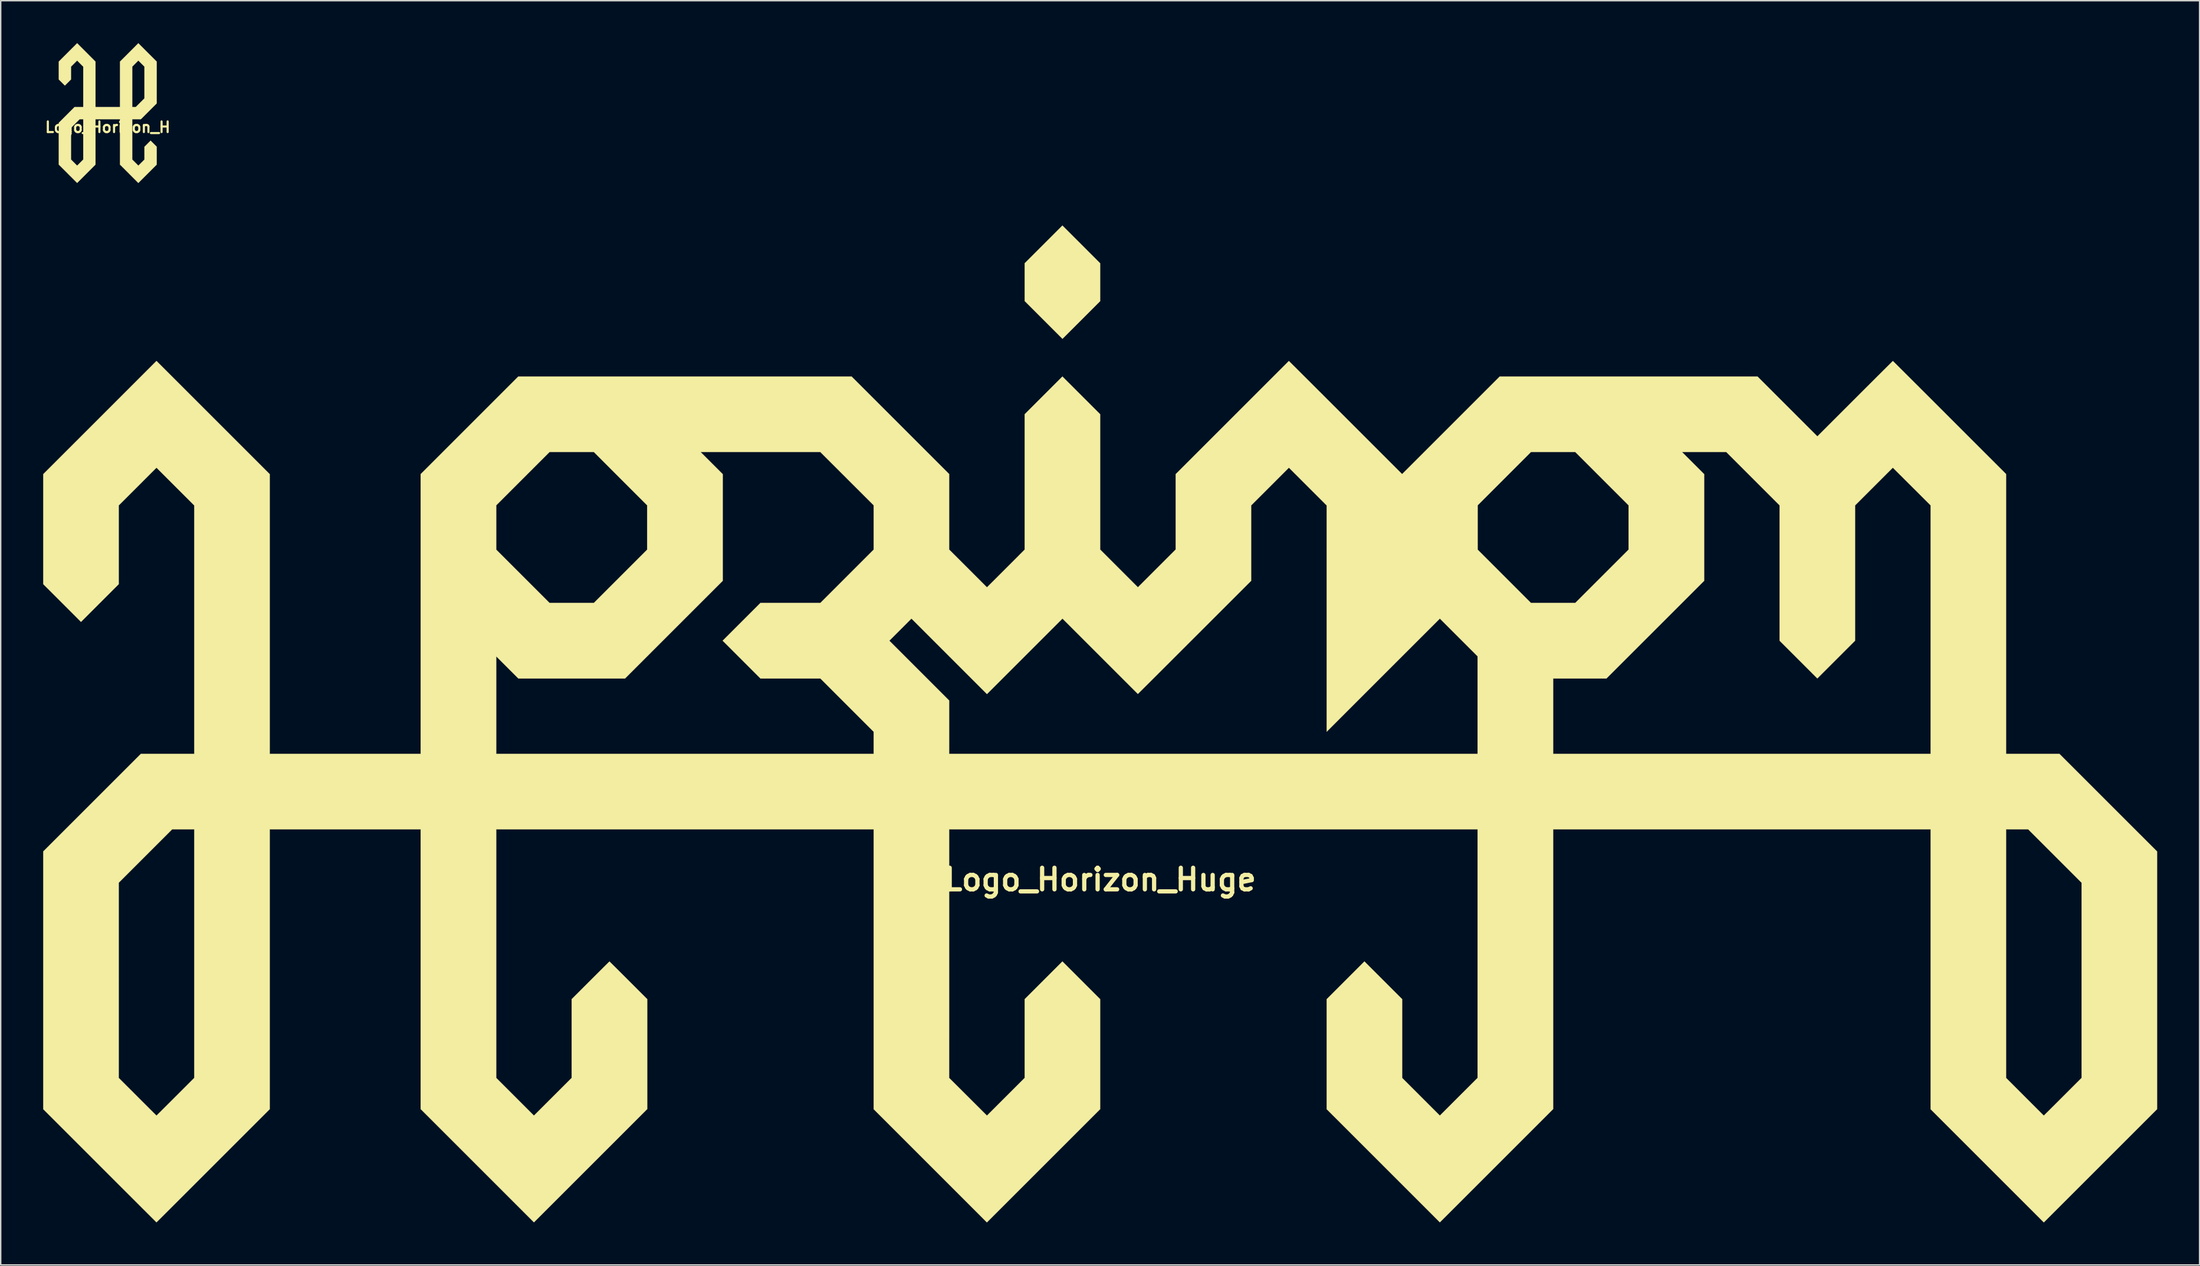
<source format=kicad_pcb>
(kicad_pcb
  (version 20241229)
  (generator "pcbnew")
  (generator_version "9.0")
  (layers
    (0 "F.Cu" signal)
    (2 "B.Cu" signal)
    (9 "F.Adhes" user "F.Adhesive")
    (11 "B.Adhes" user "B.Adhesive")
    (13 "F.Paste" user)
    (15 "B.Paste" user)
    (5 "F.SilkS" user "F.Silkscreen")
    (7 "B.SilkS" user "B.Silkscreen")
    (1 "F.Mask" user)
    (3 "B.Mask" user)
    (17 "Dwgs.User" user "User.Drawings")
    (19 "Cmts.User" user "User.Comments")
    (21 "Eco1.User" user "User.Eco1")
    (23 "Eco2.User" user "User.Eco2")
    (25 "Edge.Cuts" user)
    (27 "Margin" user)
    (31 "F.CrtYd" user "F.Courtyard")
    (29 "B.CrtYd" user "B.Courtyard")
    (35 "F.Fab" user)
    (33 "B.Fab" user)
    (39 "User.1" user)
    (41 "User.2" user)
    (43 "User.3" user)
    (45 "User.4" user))
  (footprint "Logo_Horizon_Huge"
    (layer "F.Cu")
    (at 74.673 48.105)
    (property "Reference" "Logo_Horizon_Huge" (at 0 11 0) (layer "F.SilkS") (effects (font (size 1.524 1.524) (thickness 0.3))))
    (attr through_hole)
    (fp_poly (pts (xy -1.333 -33.884) (xy 0 -32.55) (xy 0 -29.875) (xy -1.331 -28.543) (xy -2.663 -27.212) (xy -3.998 -28.547) (xy -5.334 -29.883) (xy -5.334 -32.55) (xy -4 -33.884) (xy -2.667 -35.217) (xy -1.333 -33.884)) (stroke (width 0.01) (type solid)) (fill yes) (layer "F.SilkS"))
    (fp_poly (pts (xy -62.666 -21.649) (xy -58.666 -17.649) (xy -58.666 2.117) (xy -48.006 2.117) (xy -48.006 -4.771) (xy -42.664 -4.771) (xy -42.664 2.117) (xy -16.002 2.117) (xy -16.002 0.555) (xy -17.884 -1.327) (xy -19.765 -3.209) (xy -23.999 -3.209) (xy -25.334 -4.544) (xy -26.67 -5.88) (xy -26.67 -5.88) (xy -14.893 -5.88) (xy -10.668 -1.655) (xy -10.668 2.117) (xy 26.662 2.117) (xy 26.662 -3.209) (xy 32.004 -3.209) (xy 32.004 2.117) (xy 58.666 2.117) (xy 58.666 -15.447) (xy 57.677 -16.434) (xy 57.563 -16.548) (xy 57.447 -16.663) (xy 57.333 -16.778) (xy 57.219 -16.891) (xy 57.107 -17.002) (xy 56.999 -17.11) (xy 56.894 -17.214) (xy 56.795 -17.313) (xy 56.702 -17.406) (xy 56.615 -17.493) (xy 56.537 -17.571) (xy 56.467 -17.64) (xy 56.407 -17.7) (xy 56.357 -17.749) (xy 56.344 -17.763) (xy 55.999 -18.106) (xy 54.665 -16.772) (xy 53.332 -15.439) (xy 53.332 -5.88) (xy 50.665 -3.213) (xy 47.998 -5.88) (xy 47.998 -15.447) (xy 46.116 -17.329) (xy 44.234 -19.211) (xy 41.11 -19.211) (xy 41.891 -18.43) (xy 42.672 -17.649) (xy 42.672 -10.113) (xy 39.22 -6.661) (xy 35.767 -3.209) (xy 32.004 -3.209) (xy 26.662 -3.209) (xy 26.662 -4.779) (xy 25.33 -6.111) (xy 23.999 -7.442) (xy 20 -3.444) (xy 16.002 0.555) (xy 16.002 -15.439) (xy 15.994 -15.447) (xy 26.67 -15.447) (xy 26.67 -12.315) (xy 28.552 -10.433) (xy 30.433 -8.551) (xy 33.566 -8.551) (xy 35.448 -10.433) (xy 37.33 -12.315) (xy 37.33 -15.447) (xy 35.448 -17.329) (xy 33.566 -19.211) (xy 32 -19.211) (xy 30.433 -19.211) (xy 28.552 -17.329) (xy 26.67 -15.447) (xy 15.994 -15.447) (xy 14.668 -16.772) (xy 13.335 -18.106) (xy 12.002 -16.772) (xy 10.668 -15.439) (xy 10.668 -10.113) (xy 6.668 -6.113) (xy 6.449 -5.895) (xy 6.234 -5.68) (xy 6.022 -5.467) (xy 5.813 -5.259) (xy 5.609 -5.054) (xy 5.408 -4.854) (xy 5.212 -4.658) (xy 5.021 -4.467) (xy 4.835 -4.281) (xy 4.654 -4.101) (xy 4.48 -3.926) (xy 4.311 -3.758) (xy 4.148 -3.596) (xy 3.993 -3.44) (xy 3.844 -3.292) (xy 3.703 -3.151) (xy 3.569 -3.017) (xy 3.443 -2.892) (xy 3.325 -2.774) (xy 3.216 -2.666) (xy 3.116 -2.566) (xy 3.025 -2.475) (xy 2.943 -2.394) (xy 2.871 -2.322) (xy 2.81 -2.261) (xy 2.758 -2.21) (xy 2.718 -2.17) (xy 2.688 -2.141) (xy 2.67 -2.123) (xy 2.663 -2.117) (xy 2.663 -2.117) (xy 2.657 -2.123) (xy 2.639 -2.141) (xy 2.61 -2.17) (xy 2.571 -2.21) (xy 2.52 -2.26) (xy 2.46 -2.32) (xy 2.39 -2.39) (xy 2.311 -2.47) (xy 2.222 -2.558) (xy 2.125 -2.655) (xy 2.02 -2.76) (xy 1.908 -2.873) (xy 1.787 -2.993) (xy 1.66 -3.12) (xy 1.526 -3.254) (xy 1.386 -3.394) (xy 1.24 -3.54) (xy 1.089 -3.691) (xy 0.932 -3.848) (xy 0.771 -4.009) (xy 0.605 -4.175) (xy 0.436 -4.344) (xy 0.262 -4.517) (xy 0.086 -4.694) (xy -0.002 -4.782) (xy -2.663 -7.442) (xy -5.33 -4.775) (xy -7.997 -2.108) (xy -13.331 -7.442) (xy -14.112 -6.661) (xy -14.893 -5.88) (xy -26.67 -5.88) (xy -23.999 -8.551) (xy -19.765 -8.551) (xy -17.884 -10.433) (xy -16.002 -12.315) (xy -16.002 -15.449) (xy -17.885 -17.33) (xy -19.768 -19.211) (xy -28.224 -19.211) (xy -26.662 -17.649) (xy -26.662 -10.113) (xy -30.114 -6.661) (xy -33.566 -3.209) (xy -41.101 -3.209) (xy -41.882 -3.99) (xy -42.664 -4.771) (xy -48.006 -4.771) (xy -48.006 -15.447) (xy -42.664 -15.447) (xy -42.664 -12.315) (xy -38.9 -8.551) (xy -35.767 -8.551) (xy -33.886 -10.433) (xy -32.004 -12.315) (xy -32.004 -15.447) (xy -33.886 -17.329) (xy -35.767 -19.211) (xy -37.334 -19.211) (xy -38.9 -19.211) (xy -40.782 -17.329) (xy -42.664 -15.447) (xy -48.006 -15.447) (xy -48.006 -17.649) (xy -44.558 -21.097) (xy -41.11 -24.545) (xy -29.333 -24.545) (xy -17.556 -24.545) (xy -10.668 -17.657) (xy -10.668 -12.323) (xy -9.332 -10.988) (xy -7.997 -9.652) (xy -6.665 -10.983) (xy -5.334 -12.315) (xy -5.334 -21.882) (xy -2.667 -24.549) (xy 0 -21.882) (xy 0 -12.323) (xy 2.667 -9.656) (xy 5.334 -12.323) (xy 5.334 -17.649) (xy 9.331 -21.645) (xy 9.549 -21.863) (xy 9.764 -22.079) (xy 9.976 -22.291) (xy 10.185 -22.499) (xy 10.39 -22.704) (xy 10.59 -22.904) (xy 10.786 -23.1) (xy 10.977 -23.291) (xy 11.163 -23.477) (xy 11.343 -23.658) (xy 11.518 -23.832) (xy 11.687 -24.001) (xy 11.849 -24.163) (xy 12.005 -24.319) (xy 12.153 -24.467) (xy 12.295 -24.609) (xy 12.428 -24.742) (xy 12.554 -24.868) (xy 12.672 -24.986) (xy 12.781 -25.094) (xy 12.881 -25.195) (xy 12.972 -25.285) (xy 13.053 -25.367) (xy 13.125 -25.438) (xy 13.186 -25.5) (xy 13.237 -25.551) (xy 13.278 -25.591) (xy 13.307 -25.621) (xy 13.325 -25.639) (xy 13.331 -25.645) (xy 13.331 -25.645) (xy 13.338 -25.639) (xy 13.355 -25.622) (xy 13.385 -25.593) (xy 13.425 -25.554) (xy 13.476 -25.503) (xy 13.537 -25.442) (xy 13.609 -25.371) (xy 13.69 -25.29) (xy 13.781 -25.2) (xy 13.881 -25.1) (xy 13.989 -24.992) (xy 14.107 -24.875) (xy 14.232 -24.749) (xy 14.366 -24.616) (xy 14.507 -24.475) (xy 14.656 -24.327) (xy 14.811 -24.172) (xy 14.973 -24.01) (xy 15.142 -23.842) (xy 15.316 -23.667) (xy 15.497 -23.487) (xy 15.683 -23.302) (xy 15.874 -23.111) (xy 16.069 -22.915) (xy 16.27 -22.715) (xy 16.474 -22.51) (xy 16.683 -22.302) (xy 16.895 -22.09) (xy 17.11 -21.875) (xy 17.328 -21.657) (xy 17.334 -21.651) (xy 21.332 -17.653) (xy 24.778 -21.099) (xy 28.224 -24.545) (xy 37.334 -24.545) (xy 46.444 -24.545) (xy 50.669 -20.32) (xy 53.332 -22.983) (xy 53.509 -23.161) (xy 53.684 -23.336) (xy 53.856 -23.507) (xy 54.024 -23.675) (xy 54.187 -23.838) (xy 54.347 -23.997) (xy 54.501 -24.151) (xy 54.65 -24.3) (xy 54.793 -24.443) (xy 54.93 -24.58) (xy 55.061 -24.71) (xy 55.185 -24.834) (xy 55.301 -24.95) (xy 55.411 -25.059) (xy 55.512 -25.159) (xy 55.605 -25.252) (xy 55.689 -25.335) (xy 55.764 -25.41) (xy 55.829 -25.475) (xy 55.885 -25.53) (xy 55.93 -25.575) (xy 55.965 -25.609) (xy 55.989 -25.632) (xy 56.001 -25.644) (xy 56.003 -25.646) (xy 56.009 -25.64) (xy 56.027 -25.622) (xy 56.057 -25.593) (xy 56.097 -25.553) (xy 56.148 -25.502) (xy 56.21 -25.441) (xy 56.282 -25.37) (xy 56.363 -25.289) (xy 56.454 -25.198) (xy 56.554 -25.098) (xy 56.663 -24.99) (xy 56.781 -24.873) (xy 56.906 -24.747) (xy 57.04 -24.614) (xy 57.181 -24.473) (xy 57.33 -24.324) (xy 57.486 -24.169) (xy 57.648 -24.007) (xy 57.817 -23.839) (xy 57.991 -23.664) (xy 58.172 -23.484) (xy 58.358 -23.298) (xy 58.549 -23.107) (xy 58.745 -22.912) (xy 58.945 -22.711) (xy 59.15 -22.507) (xy 59.358 -22.298) (xy 59.57 -22.087) (xy 59.785 -21.871) (xy 60.004 -21.653) (xy 60.005 -21.651) (xy 64 -17.657) (xy 64 2.117) (xy 67.771 2.117) (xy 74.668 9.013) (xy 74.668 27.225) (xy 66.667 35.226) (xy 58.666 27.225) (xy 58.666 7.451) (xy 64 7.451) (xy 64 25.015) (xy 65.331 26.346) (xy 65.456 26.472) (xy 65.579 26.594) (xy 65.697 26.712) (xy 65.811 26.826) (xy 65.921 26.936) (xy 66.025 27.04) (xy 66.123 27.138) (xy 66.215 27.23) (xy 66.3 27.314) (xy 66.378 27.392) (xy 66.447 27.461) (xy 66.508 27.521) (xy 66.56 27.573) (xy 66.602 27.615) (xy 66.634 27.646) (xy 66.656 27.667) (xy 66.666 27.677) (xy 66.667 27.678) (xy 66.673 27.672) (xy 66.691 27.654) (xy 66.719 27.626) (xy 66.758 27.587) (xy 66.807 27.539) (xy 66.865 27.481) (xy 66.932 27.415) (xy 67.007 27.34) (xy 67.089 27.258) (xy 67.179 27.168) (xy 67.275 27.072) (xy 67.378 26.97) (xy 67.486 26.862) (xy 67.598 26.75) (xy 67.716 26.633) (xy 67.837 26.511) (xy 67.961 26.387) (xy 68.002 26.346) (xy 69.334 25.015) (xy 69.334 11.223) (xy 65.562 7.451) (xy 64 7.451) (xy 58.666 7.451) (xy 32.004 7.451) (xy 32.004 27.216) (xy 28.001 31.219) (xy 23.999 35.221) (xy 16.002 27.225) (xy 16.002 19.452) (xy 18.669 16.785) (xy 21.336 19.452) (xy 21.336 25.015) (xy 22.667 26.346) (xy 23.999 27.678) (xy 25.33 26.346) (xy 26.662 25.015) (xy 26.662 7.451) (xy -10.668 7.451) (xy -10.668 16.233) (xy -10.669 25.015) (xy -9.333 26.346) (xy -7.997 27.678) (xy -5.334 25.015) (xy -5.334 19.452) (xy -2.667 16.785) (xy 0 19.452) (xy 0 27.225) (xy -8.001 35.226) (xy -16.002 27.225) (xy -16.002 7.451) (xy -42.664 7.451) (xy -42.664 16.233) (xy -42.664 25.015) (xy -41.332 26.346) (xy -40.001 27.678) (xy -38.669 26.346) (xy -37.338 25.015) (xy -37.338 19.452) (xy -36.007 18.121) (xy -35.881 17.995) (xy -35.759 17.873) (xy -35.64 17.755) (xy -35.526 17.641) (xy -35.416 17.531) (xy -35.312 17.427) (xy -35.213 17.329) (xy -35.121 17.237) (xy -35.036 17.153) (xy -34.958 17.075) (xy -34.888 17.006) (xy -34.827 16.946) (xy -34.775 16.894) (xy -34.732 16.852) (xy -34.7 16.821) (xy -34.678 16.8) (xy -34.668 16.79) (xy -34.667 16.789) (xy -34.66 16.795) (xy -34.642 16.813) (xy -34.613 16.841) (xy -34.574 16.88) (xy -34.524 16.928) (xy -34.466 16.986) (xy -34.399 17.052) (xy -34.324 17.127) (xy -34.241 17.209) (xy -34.151 17.299) (xy -34.054 17.395) (xy -33.952 17.497) (xy -33.843 17.605) (xy -33.731 17.718) (xy -33.613 17.835) (xy -33.492 17.956) (xy -33.367 18.08) (xy -33.327 18.121) (xy -31.996 19.452) (xy -31.996 27.216) (xy -35.998 31.219) (xy -40.001 35.221) (xy -44.003 31.219) (xy -48.006 27.216) (xy -48.006 7.451) (xy -58.666 7.451) (xy -58.666 17.338) (xy -58.666 27.225) (xy -62.664 31.223) (xy -62.882 31.441) (xy -63.098 31.657) (xy -63.31 31.869) (xy -63.518 32.077) (xy -63.723 32.282) (xy -63.923 32.482) (xy -64.119 32.678) (xy -64.31 32.869) (xy -64.496 33.055) (xy -64.677 33.235) (xy -64.852 33.41) (xy -65.021 33.579) (xy -65.183 33.741) (xy -65.339 33.896) (xy -65.487 34.045) (xy -65.629 34.186) (xy -65.762 34.32) (xy -65.888 34.445) (xy -66.006 34.563) (xy -66.115 34.672) (xy -66.215 34.772) (xy -66.306 34.862) (xy -66.387 34.944) (xy -66.459 35.015) (xy -66.521 35.077) (xy -66.572 35.128) (xy -66.612 35.168) (xy -66.642 35.197) (xy -66.66 35.215) (xy -66.667 35.221) (xy -66.667 35.221) (xy -66.673 35.215) (xy -66.691 35.198) (xy -66.72 35.169) (xy -66.76 35.129) (xy -66.811 35.078) (xy -66.872 35.017) (xy -66.944 34.946) (xy -67.025 34.865) (xy -67.116 34.774) (xy -67.216 34.674) (xy -67.325 34.566) (xy -67.442 34.448) (xy -67.568 34.323) (xy -67.701 34.19) (xy -67.842 34.049) (xy -67.991 33.9) (xy -68.146 33.745) (xy -68.308 33.583) (xy -68.477 33.414) (xy -68.652 33.24) (xy -68.832 33.06) (xy -69.018 32.874) (xy -69.209 32.683) (xy -69.405 32.487) (xy -69.605 32.287) (xy -69.81 32.082) (xy -70.018 31.874) (xy -70.23 31.662) (xy -70.445 31.447) (xy -70.664 31.228) (xy -70.669 31.223) (xy -74.668 27.225) (xy -74.668 11.223) (xy -69.334 11.223) (xy -69.334 18.119) (xy -69.334 25.015) (xy -68.002 26.346) (xy -67.877 26.472) (xy -67.755 26.594) (xy -67.636 26.712) (xy -67.522 26.826) (xy -67.412 26.936) (xy -67.308 27.04) (xy -67.21 27.138) (xy -67.118 27.23) (xy -67.033 27.314) (xy -66.955 27.392) (xy -66.886 27.461) (xy -66.825 27.521) (xy -66.773 27.573) (xy -66.731 27.615) (xy -66.699 27.646) (xy -66.677 27.667) (xy -66.667 27.677) (xy -66.667 27.678) (xy -66.66 27.672) (xy -66.643 27.654) (xy -66.614 27.626) (xy -66.575 27.587) (xy -66.526 27.539) (xy -66.468 27.481) (xy -66.401 27.415) (xy -66.326 27.34) (xy -66.244 27.258) (xy -66.154 27.168) (xy -66.058 27.072) (xy -65.955 26.97) (xy -65.847 26.862) (xy -65.735 26.75) (xy -65.617 26.633) (xy -65.496 26.511) (xy -65.372 26.387) (xy -65.331 26.346) (xy -64 25.015) (xy -64 7.451) (xy -65.562 7.451) (xy -67.448 9.337) (xy -69.334 11.223) (xy -74.668 11.223) (xy -74.668 9.013) (xy -71.219 5.565) (xy -67.771 2.117) (xy -64 2.117) (xy -64 -15.439) (xy -65.333 -16.772) (xy -66.667 -18.106) (xy -68 -16.772) (xy -69.334 -15.439) (xy -69.334 -9.876) (xy -70.667 -8.543) (xy -72.001 -7.209) (xy -73.334 -8.543) (xy -74.668 -9.876) (xy -74.668 -17.649) (xy -70.667 -21.649) (xy -66.667 -25.65) (xy -62.666 -21.649)) (stroke (width 0.01) (type solid)) (fill yes) (layer "F.SilkS")))
  (footprint "Logo_Horizon_H"
    (layer "F.Cu")
    (at 4.561 4.942)
    (property "Reference" "Logo_Horizon_H" (at 0 1 0) (layer "F.SilkS") (effects (font (size 0.75 0.75) (thickness 0.15))))
    (attr through_hole)
    (fp_poly (pts (xy 2.811 -4.288) (xy 3.46 -3.639) (xy 3.46 -0.686) (xy 2.901 -0.127) (xy 2.342 0.432) (xy 1.731 0.432) (xy 1.731 3.281) (xy 1.947 3.497) (xy 2.163 3.713) (xy 2.379 3.497) (xy 2.595 3.281) (xy 2.595 2.379) (xy 2.811 2.163) (xy 2.831 2.142) (xy 2.851 2.123) (xy 2.87 2.103) (xy 2.889 2.085) (xy 2.907 2.067) (xy 2.924 2.05) (xy 2.939 2.034) (xy 2.954 2.02) (xy 2.968 2.006) (xy 2.981 1.993) (xy 2.992 1.982) (xy 3.002 1.972) (xy 3.011 1.964) (xy 3.017 1.957) (xy 3.023 1.952) (xy 3.026 1.949) (xy 3.028 1.947) (xy 3.028 1.947) (xy 3.029 1.948) (xy 3.032 1.951) (xy 3.037 1.955) (xy 3.043 1.961) (xy 3.051 1.969) (xy 3.061 1.979) (xy 3.072 1.989) (xy 3.084 2.002) (xy 3.097 2.015) (xy 3.112 2.029) (xy 3.127 2.045) (xy 3.144 2.062) (xy 3.162 2.079) (xy 3.18 2.097) (xy 3.199 2.116) (xy 3.219 2.136) (xy 3.239 2.156) (xy 3.245 2.162) (xy 3.46 2.377) (xy 3.46 3.639) (xy 2.162 4.937) (xy 1.514 4.288) (xy 0.865 3.639) (xy 0.865 0.432) (xy -0.864 0.432) (xy -0.864 3.639) (xy -1.512 4.287) (xy -1.547 4.323) (xy -1.582 4.358) (xy -1.617 4.392) (xy -1.651 4.426) (xy -1.684 4.459) (xy -1.716 4.492) (xy -1.748 4.523) (xy -1.779 4.554) (xy -1.809 4.585) (xy -1.838 4.614) (xy -1.867 4.642) (xy -1.894 4.669) (xy -1.92 4.696) (xy -1.946 4.721) (xy -1.97 4.745) (xy -1.993 4.768) (xy -2.014 4.79) (xy -2.035 4.81) (xy -2.054 4.829) (xy -2.072 4.847) (xy -2.088 4.863) (xy -2.103 4.878) (xy -2.116 4.891) (xy -2.127 4.902) (xy -2.137 4.912) (xy -2.146 4.921) (xy -2.152 4.927) (xy -2.157 4.932) (xy -2.16 4.935) (xy -2.161 4.936) (xy -2.161 4.936) (xy -2.162 4.935) (xy -2.165 4.932) (xy -2.17 4.927) (xy -2.176 4.921) (xy -2.184 4.913) (xy -2.194 4.903) (xy -2.206 4.891) (xy -2.219 4.878) (xy -2.234 4.863) (xy -2.25 4.847) (xy -2.268 4.83) (xy -2.287 4.811) (xy -2.307 4.79) (xy -2.329 4.769) (xy -2.352 4.746) (xy -2.376 4.722) (xy -2.401 4.696) (xy -2.427 4.67) (xy -2.455 4.643) (xy -2.483 4.615) (xy -2.512 4.585) (xy -2.542 4.555) (xy -2.573 4.524) (xy -2.605 4.492) (xy -2.638 4.46) (xy -2.671 4.427) (xy -2.705 4.393) (xy -2.739 4.359) (xy -2.774 4.324) (xy -2.81 4.287) (xy -3.459 3.639) (xy -3.459 1.044) (xy -2.594 1.044) (xy -2.594 3.281) (xy -2.378 3.497) (xy -2.162 3.713) (xy -1.946 3.497) (xy -1.73 3.281) (xy -1.73 0.432) (xy -1.982 0.432) (xy -2.288 0.738) (xy -2.594 1.044) (xy -3.459 1.044) (xy -3.459 0.686) (xy -2.899 0.127) (xy -2.34 -0.432) (xy -1.73 -0.432) (xy -1.73 -3.281) (xy -1.946 -3.497) (xy -2.162 -3.713) (xy -2.378 -3.497) (xy -2.594 -3.281) (xy -2.594 -2.379) (xy -2.809 -2.163) (xy -2.83 -2.142) (xy -2.85 -2.123) (xy -2.869 -2.103) (xy -2.887 -2.085) (xy -2.905 -2.067) (xy -2.922 -2.05) (xy -2.938 -2.034) (xy -2.953 -2.02) (xy -2.967 -2.006) (xy -2.98 -1.993) (xy -2.991 -1.982) (xy -3.001 -1.972) (xy -3.009 -1.964) (xy -3.016 -1.957) (xy -3.021 -1.952) (xy -3.025 -1.949) (xy -3.027 -1.947) (xy -3.027 -1.947) (xy -3.028 -1.948) (xy -3.031 -1.951) (xy -3.035 -1.955) (xy -3.042 -1.961) (xy -3.05 -1.969) (xy -3.059 -1.979) (xy -3.07 -1.989) (xy -3.082 -2.002) (xy -3.096 -2.015) (xy -3.11 -2.029) (xy -3.126 -2.045) (xy -3.143 -2.062) (xy -3.16 -2.079) (xy -3.178 -2.097) (xy -3.197 -2.116) (xy -3.217 -2.136) (xy -3.237 -2.156) (xy -3.243 -2.162) (xy -3.459 -2.377) (xy -3.459 -3.639) (xy -2.81 -4.288) (xy -2.161 -4.937) (xy -0.864 -3.639) (xy -0.864 -0.432) (xy 0.865 -0.432) (xy 0.865 -3.281) (xy 1.731 -3.281) (xy 1.731 -0.432) (xy 1.983 -0.432) (xy 2.289 -0.738) (xy 2.595 -1.044) (xy 2.595 -3.281) (xy 2.379 -3.497) (xy 2.163 -3.713) (xy 1.947 -3.497) (xy 1.731 -3.281) (xy 0.865 -3.281) (xy 0.865 -3.639) (xy 1.514 -4.288) (xy 2.162 -4.937) (xy 2.811 -4.288)) (stroke (width 0.01) (type solid)) (fill yes) (layer "F.SilkS")))
  (gr_rect
    (start -3 -3)
    (end 152.345 86.336)
    (stroke (width 0.1) (type default))
    (fill no)
    (layer "Edge.Cuts")))
</source>
